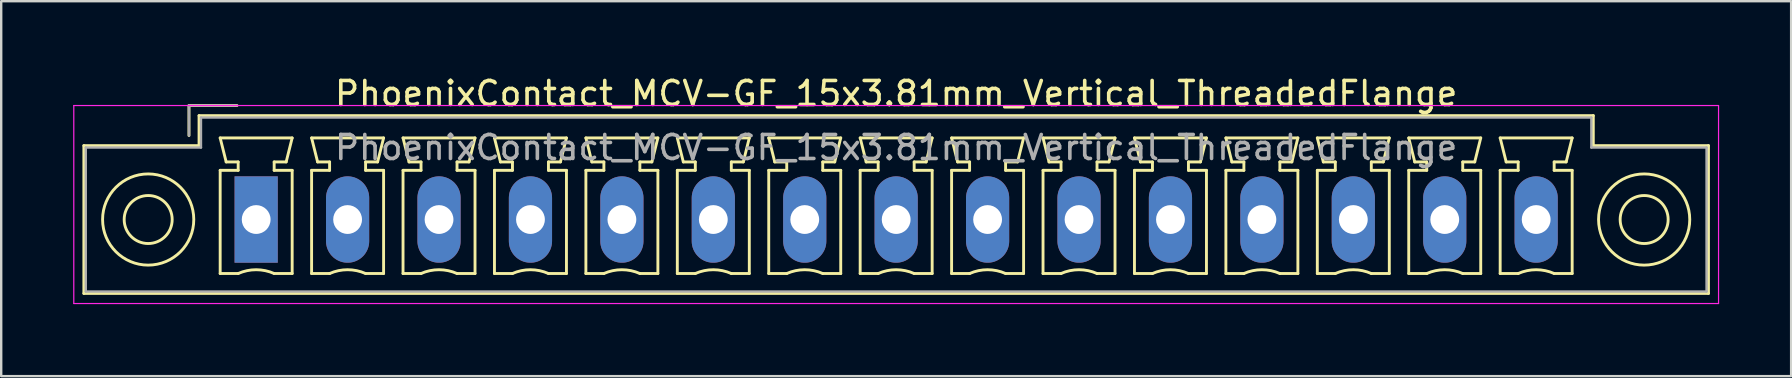
<source format=kicad_pcb>
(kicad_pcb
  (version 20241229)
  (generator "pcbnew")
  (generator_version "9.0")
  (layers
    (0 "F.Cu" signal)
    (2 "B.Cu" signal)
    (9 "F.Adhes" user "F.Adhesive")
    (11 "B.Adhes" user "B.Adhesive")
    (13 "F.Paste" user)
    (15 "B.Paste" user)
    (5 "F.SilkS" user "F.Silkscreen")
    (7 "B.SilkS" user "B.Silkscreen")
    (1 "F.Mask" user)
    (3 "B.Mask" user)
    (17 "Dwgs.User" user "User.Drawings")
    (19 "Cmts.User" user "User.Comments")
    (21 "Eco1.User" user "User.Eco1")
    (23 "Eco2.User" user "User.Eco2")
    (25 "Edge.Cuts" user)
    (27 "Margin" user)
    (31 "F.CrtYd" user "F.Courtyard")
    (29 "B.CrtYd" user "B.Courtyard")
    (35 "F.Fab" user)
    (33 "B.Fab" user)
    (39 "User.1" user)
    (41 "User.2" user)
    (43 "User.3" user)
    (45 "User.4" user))
  (footprint "PhoenixContact_MCV-GF_15x3.81mm_Vertical_ThreadedFlange"
    (layer "F.Cu")
    (at 7.625 6.098)
    (property "Reference" "PhoenixContact_MCV-GF_15x3.81mm_Vertical_ThreadedFlange" (at 26.67 -5.25 0) (layer "F.SilkS") (effects (font (size 1 1) (thickness 0.15))))
    (attr through_hole)
    (fp_line (start -7.18 -3.08) (end -7.18 3.08) (stroke (width 0.12) (type solid)) (layer "F.SilkS"))
    (fp_line (start -7.18 3.08) (end 60.52 3.08) (stroke (width 0.12) (type solid)) (layer "F.SilkS"))
    (fp_line (start -2.8 -4.75) (end -0.8 -4.75) (stroke (width 0.12) (type solid)) (layer "F.SilkS"))
    (fp_line (start -2.8 -3.5) (end -2.8 -4.75) (stroke (width 0.12) (type solid)) (layer "F.SilkS"))
    (fp_line (start -2.38 -4.33) (end -2.38 -3.08) (stroke (width 0.12) (type solid)) (layer "F.SilkS"))
    (fp_line (start -2.38 -3.08) (end -7.18 -3.08) (stroke (width 0.12) (type solid)) (layer "F.SilkS"))
    (fp_line (start -1.5 -3.4) (end 1.5 -3.4) (stroke (width 0.12) (type solid)) (layer "F.SilkS"))
    (fp_line (start -1.5 -2.05) (end -0.75 -2.05) (stroke (width 0.12) (type solid)) (layer "F.SilkS"))
    (fp_line (start -1.5 2.25) (end -1.5 -2.05) (stroke (width 0.12) (type solid)) (layer "F.SilkS"))
    (fp_line (start -1.25 -2.4) (end -1.5 -3.4) (stroke (width 0.12) (type solid)) (layer "F.SilkS"))
    (fp_line (start -0.75 -2.4) (end -1.25 -2.4) (stroke (width 0.12) (type solid)) (layer "F.SilkS"))
    (fp_line (start -0.75 -2.05) (end -0.75 -2.4) (stroke (width 0.12) (type solid)) (layer "F.SilkS"))
    (fp_line (start -0.75 2.25) (end -1.5 2.25) (stroke (width 0.12) (type solid)) (layer "F.SilkS"))
    (fp_line (start 0.75 -2.4) (end 0.75 -2.05) (stroke (width 0.12) (type solid)) (layer "F.SilkS"))
    (fp_line (start 0.75 -2.05) (end 1.5 -2.05) (stroke (width 0.12) (type solid)) (layer "F.SilkS"))
    (fp_line (start 1.25 -2.4) (end 0.75 -2.4) (stroke (width 0.12) (type solid)) (layer "F.SilkS"))
    (fp_line (start 1.5 -3.4) (end 1.25 -2.4) (stroke (width 0.12) (type solid)) (layer "F.SilkS"))
    (fp_line (start 1.5 -2.05) (end 1.5 2.25) (stroke (width 0.12) (type solid)) (layer "F.SilkS"))
    (fp_line (start 1.5 2.25) (end 0.75 2.25) (stroke (width 0.12) (type solid)) (layer "F.SilkS"))
    (fp_line (start 2.31 -3.4) (end 5.31 -3.4) (stroke (width 0.12) (type solid)) (layer "F.SilkS"))
    (fp_line (start 2.31 -2.05) (end 3.06 -2.05) (stroke (width 0.12) (type solid)) (layer "F.SilkS"))
    (fp_line (start 2.31 2.25) (end 2.31 -2.05) (stroke (width 0.12) (type solid)) (layer "F.SilkS"))
    (fp_line (start 2.56 -2.4) (end 2.31 -3.4) (stroke (width 0.12) (type solid)) (layer "F.SilkS"))
    (fp_line (start 3.06 -2.4) (end 2.56 -2.4) (stroke (width 0.12) (type solid)) (layer "F.SilkS"))
    (fp_line (start 3.06 -2.05) (end 3.06 -2.4) (stroke (width 0.12) (type solid)) (layer "F.SilkS"))
    (fp_line (start 3.06 2.25) (end 2.31 2.25) (stroke (width 0.12) (type solid)) (layer "F.SilkS"))
    (fp_line (start 4.56 -2.4) (end 4.56 -2.05) (stroke (width 0.12) (type solid)) (layer "F.SilkS"))
    (fp_line (start 4.56 -2.05) (end 5.31 -2.05) (stroke (width 0.12) (type solid)) (layer "F.SilkS"))
    (fp_line (start 5.06 -2.4) (end 4.56 -2.4) (stroke (width 0.12) (type solid)) (layer "F.SilkS"))
    (fp_line (start 5.31 -3.4) (end 5.06 -2.4) (stroke (width 0.12) (type solid)) (layer "F.SilkS"))
    (fp_line (start 5.31 -2.05) (end 5.31 2.25) (stroke (width 0.12) (type solid)) (layer "F.SilkS"))
    (fp_line (start 5.31 2.25) (end 4.56 2.25) (stroke (width 0.12) (type solid)) (layer "F.SilkS"))
    (fp_line (start 6.12 -3.4) (end 9.12 -3.4) (stroke (width 0.12) (type solid)) (layer "F.SilkS"))
    (fp_line (start 6.12 -2.05) (end 6.87 -2.05) (stroke (width 0.12) (type solid)) (layer "F.SilkS"))
    (fp_line (start 6.12 2.25) (end 6.12 -2.05) (stroke (width 0.12) (type solid)) (layer "F.SilkS"))
    (fp_line (start 6.37 -2.4) (end 6.12 -3.4) (stroke (width 0.12) (type solid)) (layer "F.SilkS"))
    (fp_line (start 6.87 -2.4) (end 6.37 -2.4) (stroke (width 0.12) (type solid)) (layer "F.SilkS"))
    (fp_line (start 6.87 -2.05) (end 6.87 -2.4) (stroke (width 0.12) (type solid)) (layer "F.SilkS"))
    (fp_line (start 6.87 2.25) (end 6.12 2.25) (stroke (width 0.12) (type solid)) (layer "F.SilkS"))
    (fp_line (start 8.37 -2.4) (end 8.37 -2.05) (stroke (width 0.12) (type solid)) (layer "F.SilkS"))
    (fp_line (start 8.37 -2.05) (end 9.12 -2.05) (stroke (width 0.12) (type solid)) (layer "F.SilkS"))
    (fp_line (start 8.87 -2.4) (end 8.37 -2.4) (stroke (width 0.12) (type solid)) (layer "F.SilkS"))
    (fp_line (start 9.12 -3.4) (end 8.87 -2.4) (stroke (width 0.12) (type solid)) (layer "F.SilkS"))
    (fp_line (start 9.12 -2.05) (end 9.12 2.25) (stroke (width 0.12) (type solid)) (layer "F.SilkS"))
    (fp_line (start 9.12 2.25) (end 8.37 2.25) (stroke (width 0.12) (type solid)) (layer "F.SilkS"))
    (fp_line (start 9.93 -3.4) (end 12.93 -3.4) (stroke (width 0.12) (type solid)) (layer "F.SilkS"))
    (fp_line (start 9.93 -2.05) (end 10.68 -2.05) (stroke (width 0.12) (type solid)) (layer "F.SilkS"))
    (fp_line (start 9.93 2.25) (end 9.93 -2.05) (stroke (width 0.12) (type solid)) (layer "F.SilkS"))
    (fp_line (start 10.18 -2.4) (end 9.93 -3.4) (stroke (width 0.12) (type solid)) (layer "F.SilkS"))
    (fp_line (start 10.68 -2.4) (end 10.18 -2.4) (stroke (width 0.12) (type solid)) (layer "F.SilkS"))
    (fp_line (start 10.68 -2.05) (end 10.68 -2.4) (stroke (width 0.12) (type solid)) (layer "F.SilkS"))
    (fp_line (start 10.68 2.25) (end 9.93 2.25) (stroke (width 0.12) (type solid)) (layer "F.SilkS"))
    (fp_line (start 12.18 -2.4) (end 12.18 -2.05) (stroke (width 0.12) (type solid)) (layer "F.SilkS"))
    (fp_line (start 12.18 -2.05) (end 12.93 -2.05) (stroke (width 0.12) (type solid)) (layer "F.SilkS"))
    (fp_line (start 12.68 -2.4) (end 12.18 -2.4) (stroke (width 0.12) (type solid)) (layer "F.SilkS"))
    (fp_line (start 12.93 -3.4) (end 12.68 -2.4) (stroke (width 0.12) (type solid)) (layer "F.SilkS"))
    (fp_line (start 12.93 -2.05) (end 12.93 2.25) (stroke (width 0.12) (type solid)) (layer "F.SilkS"))
    (fp_line (start 12.93 2.25) (end 12.18 2.25) (stroke (width 0.12) (type solid)) (layer "F.SilkS"))
    (fp_line (start 13.74 -3.4) (end 16.74 -3.4) (stroke (width 0.12) (type solid)) (layer "F.SilkS"))
    (fp_line (start 13.74 -2.05) (end 14.49 -2.05) (stroke (width 0.12) (type solid)) (layer "F.SilkS"))
    (fp_line (start 13.74 2.25) (end 13.74 -2.05) (stroke (width 0.12) (type solid)) (layer "F.SilkS"))
    (fp_line (start 13.99 -2.4) (end 13.74 -3.4) (stroke (width 0.12) (type solid)) (layer "F.SilkS"))
    (fp_line (start 14.49 -2.4) (end 13.99 -2.4) (stroke (width 0.12) (type solid)) (layer "F.SilkS"))
    (fp_line (start 14.49 -2.05) (end 14.49 -2.4) (stroke (width 0.12) (type solid)) (layer "F.SilkS"))
    (fp_line (start 14.49 2.25) (end 13.74 2.25) (stroke (width 0.12) (type solid)) (layer "F.SilkS"))
    (fp_line (start 15.99 -2.4) (end 15.99 -2.05) (stroke (width 0.12) (type solid)) (layer "F.SilkS"))
    (fp_line (start 15.99 -2.05) (end 16.74 -2.05) (stroke (width 0.12) (type solid)) (layer "F.SilkS"))
    (fp_line (start 16.49 -2.4) (end 15.99 -2.4) (stroke (width 0.12) (type solid)) (layer "F.SilkS"))
    (fp_line (start 16.74 -3.4) (end 16.49 -2.4) (stroke (width 0.12) (type solid)) (layer "F.SilkS"))
    (fp_line (start 16.74 -2.05) (end 16.74 2.25) (stroke (width 0.12) (type solid)) (layer "F.SilkS"))
    (fp_line (start 16.74 2.25) (end 15.99 2.25) (stroke (width 0.12) (type solid)) (layer "F.SilkS"))
    (fp_line (start 17.55 -3.4) (end 20.55 -3.4) (stroke (width 0.12) (type solid)) (layer "F.SilkS"))
    (fp_line (start 17.55 -2.05) (end 18.3 -2.05) (stroke (width 0.12) (type solid)) (layer "F.SilkS"))
    (fp_line (start 17.55 2.25) (end 17.55 -2.05) (stroke (width 0.12) (type solid)) (layer "F.SilkS"))
    (fp_line (start 17.8 -2.4) (end 17.55 -3.4) (stroke (width 0.12) (type solid)) (layer "F.SilkS"))
    (fp_line (start 18.3 -2.4) (end 17.8 -2.4) (stroke (width 0.12) (type solid)) (layer "F.SilkS"))
    (fp_line (start 18.3 -2.05) (end 18.3 -2.4) (stroke (width 0.12) (type solid)) (layer "F.SilkS"))
    (fp_line (start 18.3 2.25) (end 17.55 2.25) (stroke (width 0.12) (type solid)) (layer "F.SilkS"))
    (fp_line (start 19.8 -2.4) (end 19.8 -2.05) (stroke (width 0.12) (type solid)) (layer "F.SilkS"))
    (fp_line (start 19.8 -2.05) (end 20.55 -2.05) (stroke (width 0.12) (type solid)) (layer "F.SilkS"))
    (fp_line (start 20.3 -2.4) (end 19.8 -2.4) (stroke (width 0.12) (type solid)) (layer "F.SilkS"))
    (fp_line (start 20.55 -3.4) (end 20.3 -2.4) (stroke (width 0.12) (type solid)) (layer "F.SilkS"))
    (fp_line (start 20.55 -2.05) (end 20.55 2.25) (stroke (width 0.12) (type solid)) (layer "F.SilkS"))
    (fp_line (start 20.55 2.25) (end 19.8 2.25) (stroke (width 0.12) (type solid)) (layer "F.SilkS"))
    (fp_line (start 21.36 -3.4) (end 24.36 -3.4) (stroke (width 0.12) (type solid)) (layer "F.SilkS"))
    (fp_line (start 21.36 -2.05) (end 22.11 -2.05) (stroke (width 0.12) (type solid)) (layer "F.SilkS"))
    (fp_line (start 21.36 2.25) (end 21.36 -2.05) (stroke (width 0.12) (type solid)) (layer "F.SilkS"))
    (fp_line (start 21.61 -2.4) (end 21.36 -3.4) (stroke (width 0.12) (type solid)) (layer "F.SilkS"))
    (fp_line (start 22.11 -2.4) (end 21.61 -2.4) (stroke (width 0.12) (type solid)) (layer "F.SilkS"))
    (fp_line (start 22.11 -2.05) (end 22.11 -2.4) (stroke (width 0.12) (type solid)) (layer "F.SilkS"))
    (fp_line (start 22.11 2.25) (end 21.36 2.25) (stroke (width 0.12) (type solid)) (layer "F.SilkS"))
    (fp_line (start 23.61 -2.4) (end 23.61 -2.05) (stroke (width 0.12) (type solid)) (layer "F.SilkS"))
    (fp_line (start 23.61 -2.05) (end 24.36 -2.05) (stroke (width 0.12) (type solid)) (layer "F.SilkS"))
    (fp_line (start 24.11 -2.4) (end 23.61 -2.4) (stroke (width 0.12) (type solid)) (layer "F.SilkS"))
    (fp_line (start 24.36 -3.4) (end 24.11 -2.4) (stroke (width 0.12) (type solid)) (layer "F.SilkS"))
    (fp_line (start 24.36 -2.05) (end 24.36 2.25) (stroke (width 0.12) (type solid)) (layer "F.SilkS"))
    (fp_line (start 24.36 2.25) (end 23.61 2.25) (stroke (width 0.12) (type solid)) (layer "F.SilkS"))
    (fp_line (start 25.17 -3.4) (end 28.17 -3.4) (stroke (width 0.12) (type solid)) (layer "F.SilkS"))
    (fp_line (start 25.17 -2.05) (end 25.92 -2.05) (stroke (width 0.12) (type solid)) (layer "F.SilkS"))
    (fp_line (start 25.17 2.25) (end 25.17 -2.05) (stroke (width 0.12) (type solid)) (layer "F.SilkS"))
    (fp_line (start 25.42 -2.4) (end 25.17 -3.4) (stroke (width 0.12) (type solid)) (layer "F.SilkS"))
    (fp_line (start 25.92 -2.4) (end 25.42 -2.4) (stroke (width 0.12) (type solid)) (layer "F.SilkS"))
    (fp_line (start 25.92 -2.05) (end 25.92 -2.4) (stroke (width 0.12) (type solid)) (layer "F.SilkS"))
    (fp_line (start 25.92 2.25) (end 25.17 2.25) (stroke (width 0.12) (type solid)) (layer "F.SilkS"))
    (fp_line (start 27.42 -2.4) (end 27.42 -2.05) (stroke (width 0.12) (type solid)) (layer "F.SilkS"))
    (fp_line (start 27.42 -2.05) (end 28.17 -2.05) (stroke (width 0.12) (type solid)) (layer "F.SilkS"))
    (fp_line (start 27.92 -2.4) (end 27.42 -2.4) (stroke (width 0.12) (type solid)) (layer "F.SilkS"))
    (fp_line (start 28.17 -3.4) (end 27.92 -2.4) (stroke (width 0.12) (type solid)) (layer "F.SilkS"))
    (fp_line (start 28.17 -2.05) (end 28.17 2.25) (stroke (width 0.12) (type solid)) (layer "F.SilkS"))
    (fp_line (start 28.17 2.25) (end 27.42 2.25) (stroke (width 0.12) (type solid)) (layer "F.SilkS"))
    (fp_line (start 28.98 -3.4) (end 31.98 -3.4) (stroke (width 0.12) (type solid)) (layer "F.SilkS"))
    (fp_line (start 28.98 -2.05) (end 29.73 -2.05) (stroke (width 0.12) (type solid)) (layer "F.SilkS"))
    (fp_line (start 28.98 2.25) (end 28.98 -2.05) (stroke (width 0.12) (type solid)) (layer "F.SilkS"))
    (fp_line (start 29.23 -2.4) (end 28.98 -3.4) (stroke (width 0.12) (type solid)) (layer "F.SilkS"))
    (fp_line (start 29.73 -2.4) (end 29.23 -2.4) (stroke (width 0.12) (type solid)) (layer "F.SilkS"))
    (fp_line (start 29.73 -2.05) (end 29.73 -2.4) (stroke (width 0.12) (type solid)) (layer "F.SilkS"))
    (fp_line (start 29.73 2.25) (end 28.98 2.25) (stroke (width 0.12) (type solid)) (layer "F.SilkS"))
    (fp_line (start 31.23 -2.4) (end 31.23 -2.05) (stroke (width 0.12) (type solid)) (layer "F.SilkS"))
    (fp_line (start 31.23 -2.05) (end 31.98 -2.05) (stroke (width 0.12) (type solid)) (layer "F.SilkS"))
    (fp_line (start 31.73 -2.4) (end 31.23 -2.4) (stroke (width 0.12) (type solid)) (layer "F.SilkS"))
    (fp_line (start 31.98 -3.4) (end 31.73 -2.4) (stroke (width 0.12) (type solid)) (layer "F.SilkS"))
    (fp_line (start 31.98 -2.05) (end 31.98 2.25) (stroke (width 0.12) (type solid)) (layer "F.SilkS"))
    (fp_line (start 31.98 2.25) (end 31.23 2.25) (stroke (width 0.12) (type solid)) (layer "F.SilkS"))
    (fp_line (start 32.79 -3.4) (end 35.79 -3.4) (stroke (width 0.12) (type solid)) (layer "F.SilkS"))
    (fp_line (start 32.79 -2.05) (end 33.54 -2.05) (stroke (width 0.12) (type solid)) (layer "F.SilkS"))
    (fp_line (start 32.79 2.25) (end 32.79 -2.05) (stroke (width 0.12) (type solid)) (layer "F.SilkS"))
    (fp_line (start 33.04 -2.4) (end 32.79 -3.4) (stroke (width 0.12) (type solid)) (layer "F.SilkS"))
    (fp_line (start 33.54 -2.4) (end 33.04 -2.4) (stroke (width 0.12) (type solid)) (layer "F.SilkS"))
    (fp_line (start 33.54 -2.05) (end 33.54 -2.4) (stroke (width 0.12) (type solid)) (layer "F.SilkS"))
    (fp_line (start 33.54 2.25) (end 32.79 2.25) (stroke (width 0.12) (type solid)) (layer "F.SilkS"))
    (fp_line (start 35.04 -2.4) (end 35.04 -2.05) (stroke (width 0.12) (type solid)) (layer "F.SilkS"))
    (fp_line (start 35.04 -2.05) (end 35.79 -2.05) (stroke (width 0.12) (type solid)) (layer "F.SilkS"))
    (fp_line (start 35.54 -2.4) (end 35.04 -2.4) (stroke (width 0.12) (type solid)) (layer "F.SilkS"))
    (fp_line (start 35.79 -3.4) (end 35.54 -2.4) (stroke (width 0.12) (type solid)) (layer "F.SilkS"))
    (fp_line (start 35.79 -2.05) (end 35.79 2.25) (stroke (width 0.12) (type solid)) (layer "F.SilkS"))
    (fp_line (start 35.79 2.25) (end 35.04 2.25) (stroke (width 0.12) (type solid)) (layer "F.SilkS"))
    (fp_line (start 36.6 -3.4) (end 39.6 -3.4) (stroke (width 0.12) (type solid)) (layer "F.SilkS"))
    (fp_line (start 36.6 -2.05) (end 37.35 -2.05) (stroke (width 0.12) (type solid)) (layer "F.SilkS"))
    (fp_line (start 36.6 2.25) (end 36.6 -2.05) (stroke (width 0.12) (type solid)) (layer "F.SilkS"))
    (fp_line (start 36.85 -2.4) (end 36.6 -3.4) (stroke (width 0.12) (type solid)) (layer "F.SilkS"))
    (fp_line (start 37.35 -2.4) (end 36.85 -2.4) (stroke (width 0.12) (type solid)) (layer "F.SilkS"))
    (fp_line (start 37.35 -2.05) (end 37.35 -2.4) (stroke (width 0.12) (type solid)) (layer "F.SilkS"))
    (fp_line (start 37.35 2.25) (end 36.6 2.25) (stroke (width 0.12) (type solid)) (layer "F.SilkS"))
    (fp_line (start 38.85 -2.4) (end 38.85 -2.05) (stroke (width 0.12) (type solid)) (layer "F.SilkS"))
    (fp_line (start 38.85 -2.05) (end 39.6 -2.05) (stroke (width 0.12) (type solid)) (layer "F.SilkS"))
    (fp_line (start 39.35 -2.4) (end 38.85 -2.4) (stroke (width 0.12) (type solid)) (layer "F.SilkS"))
    (fp_line (start 39.6 -3.4) (end 39.35 -2.4) (stroke (width 0.12) (type solid)) (layer "F.SilkS"))
    (fp_line (start 39.6 -2.05) (end 39.6 2.25) (stroke (width 0.12) (type solid)) (layer "F.SilkS"))
    (fp_line (start 39.6 2.25) (end 38.85 2.25) (stroke (width 0.12) (type solid)) (layer "F.SilkS"))
    (fp_line (start 40.41 -3.4) (end 43.41 -3.4) (stroke (width 0.12) (type solid)) (layer "F.SilkS"))
    (fp_line (start 40.41 -2.05) (end 41.16 -2.05) (stroke (width 0.12) (type solid)) (layer "F.SilkS"))
    (fp_line (start 40.41 2.25) (end 40.41 -2.05) (stroke (width 0.12) (type solid)) (layer "F.SilkS"))
    (fp_line (start 40.66 -2.4) (end 40.41 -3.4) (stroke (width 0.12) (type solid)) (layer "F.SilkS"))
    (fp_line (start 41.16 -2.4) (end 40.66 -2.4) (stroke (width 0.12) (type solid)) (layer "F.SilkS"))
    (fp_line (start 41.16 -2.05) (end 41.16 -2.4) (stroke (width 0.12) (type solid)) (layer "F.SilkS"))
    (fp_line (start 41.16 2.25) (end 40.41 2.25) (stroke (width 0.12) (type solid)) (layer "F.SilkS"))
    (fp_line (start 42.66 -2.4) (end 42.66 -2.05) (stroke (width 0.12) (type solid)) (layer "F.SilkS"))
    (fp_line (start 42.66 -2.05) (end 43.41 -2.05) (stroke (width 0.12) (type solid)) (layer "F.SilkS"))
    (fp_line (start 43.16 -2.4) (end 42.66 -2.4) (stroke (width 0.12) (type solid)) (layer "F.SilkS"))
    (fp_line (start 43.41 -3.4) (end 43.16 -2.4) (stroke (width 0.12) (type solid)) (layer "F.SilkS"))
    (fp_line (start 43.41 -2.05) (end 43.41 2.25) (stroke (width 0.12) (type solid)) (layer "F.SilkS"))
    (fp_line (start 43.41 2.25) (end 42.66 2.25) (stroke (width 0.12) (type solid)) (layer "F.SilkS"))
    (fp_line (start 44.22 -3.4) (end 47.22 -3.4) (stroke (width 0.12) (type solid)) (layer "F.SilkS"))
    (fp_line (start 44.22 -2.05) (end 44.97 -2.05) (stroke (width 0.12) (type solid)) (layer "F.SilkS"))
    (fp_line (start 44.22 2.25) (end 44.22 -2.05) (stroke (width 0.12) (type solid)) (layer "F.SilkS"))
    (fp_line (start 44.47 -2.4) (end 44.22 -3.4) (stroke (width 0.12) (type solid)) (layer "F.SilkS"))
    (fp_line (start 44.97 -2.4) (end 44.47 -2.4) (stroke (width 0.12) (type solid)) (layer "F.SilkS"))
    (fp_line (start 44.97 -2.05) (end 44.97 -2.4) (stroke (width 0.12) (type solid)) (layer "F.SilkS"))
    (fp_line (start 44.97 2.25) (end 44.22 2.25) (stroke (width 0.12) (type solid)) (layer "F.SilkS"))
    (fp_line (start 46.47 -2.4) (end 46.47 -2.05) (stroke (width 0.12) (type solid)) (layer "F.SilkS"))
    (fp_line (start 46.47 -2.05) (end 47.22 -2.05) (stroke (width 0.12) (type solid)) (layer "F.SilkS"))
    (fp_line (start 46.97 -2.4) (end 46.47 -2.4) (stroke (width 0.12) (type solid)) (layer "F.SilkS"))
    (fp_line (start 47.22 -3.4) (end 46.97 -2.4) (stroke (width 0.12) (type solid)) (layer "F.SilkS"))
    (fp_line (start 47.22 -2.05) (end 47.22 2.25) (stroke (width 0.12) (type solid)) (layer "F.SilkS"))
    (fp_line (start 47.22 2.25) (end 46.47 2.25) (stroke (width 0.12) (type solid)) (layer "F.SilkS"))
    (fp_line (start 48.03 -3.4) (end 51.03 -3.4) (stroke (width 0.12) (type solid)) (layer "F.SilkS"))
    (fp_line (start 48.03 -2.05) (end 48.78 -2.05) (stroke (width 0.12) (type solid)) (layer "F.SilkS"))
    (fp_line (start 48.03 2.25) (end 48.03 -2.05) (stroke (width 0.12) (type solid)) (layer "F.SilkS"))
    (fp_line (start 48.28 -2.4) (end 48.03 -3.4) (stroke (width 0.12) (type solid)) (layer "F.SilkS"))
    (fp_line (start 48.78 -2.4) (end 48.28 -2.4) (stroke (width 0.12) (type solid)) (layer "F.SilkS"))
    (fp_line (start 48.78 -2.05) (end 48.78 -2.4) (stroke (width 0.12) (type solid)) (layer "F.SilkS"))
    (fp_line (start 48.78 2.25) (end 48.03 2.25) (stroke (width 0.12) (type solid)) (layer "F.SilkS"))
    (fp_line (start 50.28 -2.4) (end 50.28 -2.05) (stroke (width 0.12) (type solid)) (layer "F.SilkS"))
    (fp_line (start 50.28 -2.05) (end 51.03 -2.05) (stroke (width 0.12) (type solid)) (layer "F.SilkS"))
    (fp_line (start 50.78 -2.4) (end 50.28 -2.4) (stroke (width 0.12) (type solid)) (layer "F.SilkS"))
    (fp_line (start 51.03 -3.4) (end 50.78 -2.4) (stroke (width 0.12) (type solid)) (layer "F.SilkS"))
    (fp_line (start 51.03 -2.05) (end 51.03 2.25) (stroke (width 0.12) (type solid)) (layer "F.SilkS"))
    (fp_line (start 51.03 2.25) (end 50.28 2.25) (stroke (width 0.12) (type solid)) (layer "F.SilkS"))
    (fp_line (start 51.84 -3.4) (end 54.84 -3.4) (stroke (width 0.12) (type solid)) (layer "F.SilkS"))
    (fp_line (start 51.84 -2.05) (end 52.59 -2.05) (stroke (width 0.12) (type solid)) (layer "F.SilkS"))
    (fp_line (start 51.84 2.25) (end 51.84 -2.05) (stroke (width 0.12) (type solid)) (layer "F.SilkS"))
    (fp_line (start 52.09 -2.4) (end 51.84 -3.4) (stroke (width 0.12) (type solid)) (layer "F.SilkS"))
    (fp_line (start 52.59 -2.4) (end 52.09 -2.4) (stroke (width 0.12) (type solid)) (layer "F.SilkS"))
    (fp_line (start 52.59 -2.05) (end 52.59 -2.4) (stroke (width 0.12) (type solid)) (layer "F.SilkS"))
    (fp_line (start 52.59 2.25) (end 51.84 2.25) (stroke (width 0.12) (type solid)) (layer "F.SilkS"))
    (fp_line (start 54.09 -2.4) (end 54.09 -2.05) (stroke (width 0.12) (type solid)) (layer "F.SilkS"))
    (fp_line (start 54.09 -2.05) (end 54.84 -2.05) (stroke (width 0.12) (type solid)) (layer "F.SilkS"))
    (fp_line (start 54.59 -2.4) (end 54.09 -2.4) (stroke (width 0.12) (type solid)) (layer "F.SilkS"))
    (fp_line (start 54.84 -3.4) (end 54.59 -2.4) (stroke (width 0.12) (type solid)) (layer "F.SilkS"))
    (fp_line (start 54.84 -2.05) (end 54.84 2.25) (stroke (width 0.12) (type solid)) (layer "F.SilkS"))
    (fp_line (start 54.84 2.25) (end 54.09 2.25) (stroke (width 0.12) (type solid)) (layer "F.SilkS"))
    (fp_line (start 55.72 -4.33) (end -2.38 -4.33) (stroke (width 0.12) (type solid)) (layer "F.SilkS"))
    (fp_line (start 55.72 -3.08) (end 55.72 -4.33) (stroke (width 0.12) (type solid)) (layer "F.SilkS"))
    (fp_line (start 60.52 -3.08) (end 55.72 -3.08) (stroke (width 0.12) (type solid)) (layer "F.SilkS"))
    (fp_line (start 60.52 3.08) (end 60.52 -3.08) (stroke (width 0.12) (type solid)) (layer "F.SilkS"))
    (fp_arc (start -0.75 2.25) (mid -0.000193 2.09191) (end 0.749647 2.249844) (stroke (width 0.12) (type solid)) (layer "F.SilkS"))
    (fp_arc (start 3.06 2.25) (mid 3.809807 2.09191) (end 4.559647 2.249844) (stroke (width 0.12) (type solid)) (layer "F.SilkS"))
    (fp_arc (start 6.87 2.25) (mid 7.619807 2.09191) (end 8.369647 2.249844) (stroke (width 0.12) (type solid)) (layer "F.SilkS"))
    (fp_arc (start 10.68 2.25) (mid 11.429807 2.09191) (end 12.179647 2.249844) (stroke (width 0.12) (type solid)) (layer "F.SilkS"))
    (fp_arc (start 14.49 2.25) (mid 15.239807 2.09191) (end 15.989647 2.249844) (stroke (width 0.12) (type solid)) (layer "F.SilkS"))
    (fp_arc (start 18.3 2.25) (mid 19.049807 2.09191) (end 19.799647 2.249844) (stroke (width 0.12) (type solid)) (layer "F.SilkS"))
    (fp_arc (start 22.11 2.25) (mid 22.859807 2.09191) (end 23.609647 2.249844) (stroke (width 0.12) (type solid)) (layer "F.SilkS"))
    (fp_arc (start 25.92 2.25) (mid 26.669807 2.09191) (end 27.419647 2.249844) (stroke (width 0.12) (type solid)) (layer "F.SilkS"))
    (fp_arc (start 29.73 2.25) (mid 30.479807 2.09191) (end 31.229647 2.249844) (stroke (width 0.12) (type solid)) (layer "F.SilkS"))
    (fp_arc (start 33.54 2.25) (mid 34.289807 2.09191) (end 35.039647 2.249844) (stroke (width 0.12) (type solid)) (layer "F.SilkS"))
    (fp_arc (start 37.35 2.25) (mid 38.099807 2.09191) (end 38.849647 2.249844) (stroke (width 0.12) (type solid)) (layer "F.SilkS"))
    (fp_arc (start 41.16 2.25) (mid 41.909807 2.09191) (end 42.659647 2.249844) (stroke (width 0.12) (type solid)) (layer "F.SilkS"))
    (fp_arc (start 44.97 2.25) (mid 45.719807 2.09191) (end 46.469647 2.249844) (stroke (width 0.12) (type solid)) (layer "F.SilkS"))
    (fp_arc (start 48.78 2.25) (mid 49.529807 2.09191) (end 50.279647 2.249844) (stroke (width 0.12) (type solid)) (layer "F.SilkS"))
    (fp_arc (start 52.59 2.25) (mid 53.339807 2.09191) (end 54.089647 2.249844) (stroke (width 0.12) (type solid)) (layer "F.SilkS"))
    (fp_circle (center -4.5 0) (end -3.5 0) (stroke (width 0.12) (type solid)) (fill no) (layer "F.SilkS"))
    (fp_circle (center -4.5 0) (end -2.6 0) (stroke (width 0.12) (type solid)) (fill no) (layer "F.SilkS"))
    (fp_circle (center 57.84 0) (end 58.84 0) (stroke (width 0.12) (type solid)) (fill no) (layer "F.SilkS"))
    (fp_circle (center 57.84 0) (end 59.74 0) (stroke (width 0.12) (type solid)) (fill no) (layer "F.SilkS"))
    (fp_line (start -7.6 -4.75) (end -7.6 3.5) (stroke (width 0.05) (type solid)) (layer "F.CrtYd"))
    (fp_line (start -7.6 3.5) (end 60.94 3.5) (stroke (width 0.05) (type solid)) (layer "F.CrtYd"))
    (fp_line (start 60.94 -4.75) (end -7.6 -4.75) (stroke (width 0.05) (type solid)) (layer "F.CrtYd"))
    (fp_line (start 60.94 3.5) (end 60.94 -4.75) (stroke (width 0.05) (type solid)) (layer "F.CrtYd"))
    (fp_line (start -7.1 -3) (end -7.1 3) (stroke (width 0.1) (type solid)) (layer "F.Fab"))
    (fp_line (start -7.1 3) (end 60.44 3) (stroke (width 0.1) (type solid)) (layer "F.Fab"))
    (fp_line (start -2.8 -4.75) (end -0.8 -4.75) (stroke (width 0.1) (type solid)) (layer "F.Fab"))
    (fp_line (start -2.8 -3.5) (end -2.8 -4.75) (stroke (width 0.1) (type solid)) (layer "F.Fab"))
    (fp_line (start -2.3 -4.25) (end -2.3 -3) (stroke (width 0.1) (type solid)) (layer "F.Fab"))
    (fp_line (start -2.3 -3) (end -7.1 -3) (stroke (width 0.1) (type solid)) (layer "F.Fab"))
    (fp_line (start 55.64 -4.25) (end -2.3 -4.25) (stroke (width 0.1) (type solid)) (layer "F.Fab"))
    (fp_line (start 55.64 -3) (end 55.64 -4.25) (stroke (width 0.1) (type solid)) (layer "F.Fab"))
    (fp_line (start 60.44 -3) (end 55.64 -3) (stroke (width 0.1) (type solid)) (layer "F.Fab"))
    (fp_line (start 60.44 3) (end 60.44 -3) (stroke (width 0.1) (type solid)) (layer "F.Fab"))
    (fp_text user "${REFERENCE}" (at 26.67 -3 0) (layer "F.Fab") (effects (font (size 1 1) (thickness 0.15))))
    (pad "1" thru_hole rect (at 0 0) (size 1.8 3.6) (drill 1.2) (layers "*.Cu" "*.Mask"))
    (pad "2" thru_hole oval (at 3.81 0) (size 1.8 3.6) (drill 1.2) (layers "*.Cu" "*.Mask"))
    (pad "3" thru_hole oval (at 7.62 0) (size 1.8 3.6) (drill 1.2) (layers "*.Cu" "*.Mask"))
    (pad "4" thru_hole oval (at 11.43 0) (size 1.8 3.6) (drill 1.2) (layers "*.Cu" "*.Mask"))
    (pad "5" thru_hole oval (at 15.24 0) (size 1.8 3.6) (drill 1.2) (layers "*.Cu" "*.Mask"))
    (pad "6" thru_hole oval (at 19.05 0) (size 1.8 3.6) (drill 1.2) (layers "*.Cu" "*.Mask"))
    (pad "7" thru_hole oval (at 22.86 0) (size 1.8 3.6) (drill 1.2) (layers "*.Cu" "*.Mask"))
    (pad "8" thru_hole oval (at 26.67 0) (size 1.8 3.6) (drill 1.2) (layers "*.Cu" "*.Mask"))
    (pad "9" thru_hole oval (at 30.48 0) (size 1.8 3.6) (drill 1.2) (layers "*.Cu" "*.Mask"))
    (pad "10" thru_hole oval (at 34.29 0) (size 1.8 3.6) (drill 1.2) (layers "*.Cu" "*.Mask"))
    (pad "11" thru_hole oval (at 38.1 0) (size 1.8 3.6) (drill 1.2) (layers "*.Cu" "*.Mask"))
    (pad "12" thru_hole oval (at 41.91 0) (size 1.8 3.6) (drill 1.2) (layers "*.Cu" "*.Mask"))
    (pad "13" thru_hole oval (at 45.72 0) (size 1.8 3.6) (drill 1.2) (layers "*.Cu" "*.Mask"))
    (pad "14" thru_hole oval (at 49.53 0) (size 1.8 3.6) (drill 1.2) (layers "*.Cu" "*.Mask"))
    (pad "15" thru_hole oval (at 53.34 0) (size 1.8 3.6) (drill 1.2) (layers "*.Cu" "*.Mask")))
  (gr_rect
    (start -3 -3)
    (end 71.59 12.623)
    (stroke (width 0.1) (type default))
    (fill no)
    (layer "Edge.Cuts")))
</source>
